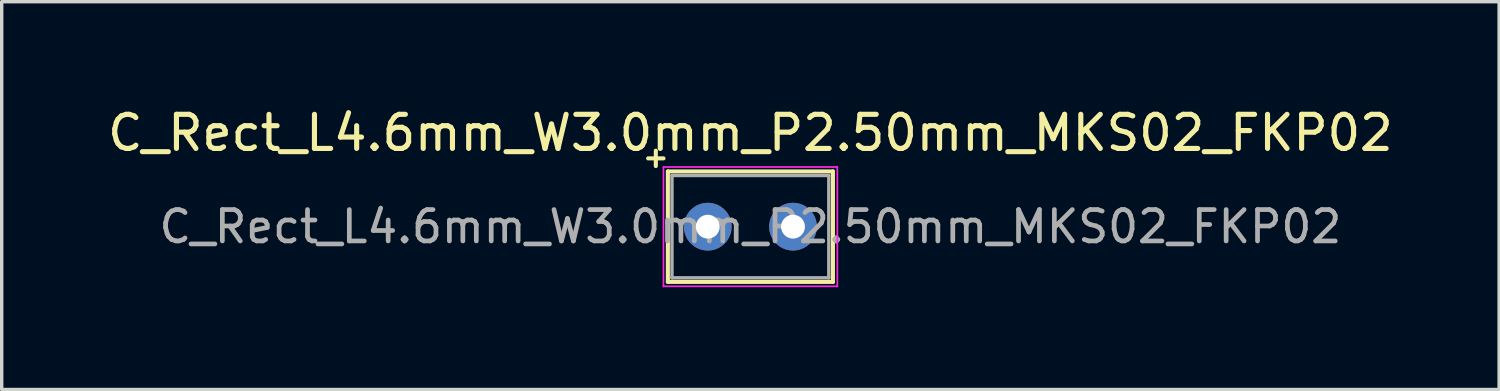
<source format=kicad_pcb>
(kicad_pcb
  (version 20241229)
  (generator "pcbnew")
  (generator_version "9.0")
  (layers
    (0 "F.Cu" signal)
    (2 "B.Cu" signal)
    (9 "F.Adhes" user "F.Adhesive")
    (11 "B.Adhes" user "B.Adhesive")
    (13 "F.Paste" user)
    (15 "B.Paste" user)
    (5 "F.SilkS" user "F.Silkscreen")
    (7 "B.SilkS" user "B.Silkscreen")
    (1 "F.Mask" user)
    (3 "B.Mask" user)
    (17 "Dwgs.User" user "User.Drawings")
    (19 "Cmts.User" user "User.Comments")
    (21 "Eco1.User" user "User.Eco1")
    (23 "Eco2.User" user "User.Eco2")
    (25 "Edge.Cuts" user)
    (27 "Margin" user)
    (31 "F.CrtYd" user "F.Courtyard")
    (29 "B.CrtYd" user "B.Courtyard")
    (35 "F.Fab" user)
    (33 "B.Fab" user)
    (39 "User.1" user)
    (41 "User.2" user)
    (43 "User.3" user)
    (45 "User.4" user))
  (footprint "C_Rect_L4.6mm_W3.0mm_P2.50mm_MKS02_FKP02"
    (layer "F.Cu")
    (at 17.708 3.598)
    (property "Reference" "C_Rect_L4.6mm_W3.0mm_P2.50mm_MKS02_FKP02" (at 1.25 -2.75 0) (layer "F.SilkS") (effects (font (size 1 1) (thickness 0.15))))
    (attr through_hole)
    (fp_line (start -1.749 -2.003) (end -1.299 -2.003) (stroke (width 0.12) (type solid)) (layer "F.SilkS"))
    (fp_line (start -1.524 -2.228) (end -1.524 -1.778) (stroke (width 0.12) (type solid)) (layer "F.SilkS"))
    (fp_line (start -1.17 -1.62) (end -1.17 1.62) (stroke (width 0.12) (type solid)) (layer "F.SilkS"))
    (fp_line (start -1.17 -1.62) (end 3.67 -1.62) (stroke (width 0.12) (type solid)) (layer "F.SilkS"))
    (fp_line (start -1.17 1.62) (end 3.67 1.62) (stroke (width 0.12) (type solid)) (layer "F.SilkS"))
    (fp_line (start 3.67 -1.62) (end 3.67 1.62) (stroke (width 0.12) (type solid)) (layer "F.SilkS"))
    (fp_line (start -1.3 -1.75) (end -1.3 1.75) (stroke (width 0.05) (type solid)) (layer "F.CrtYd"))
    (fp_line (start -1.3 1.75) (end 3.8 1.75) (stroke (width 0.05) (type solid)) (layer "F.CrtYd"))
    (fp_line (start 3.8 -1.75) (end -1.3 -1.75) (stroke (width 0.05) (type solid)) (layer "F.CrtYd"))
    (fp_line (start 3.8 1.75) (end 3.8 -1.75) (stroke (width 0.05) (type solid)) (layer "F.CrtYd"))
    (fp_line (start -1.05 -1.5) (end -1.05 1.5) (stroke (width 0.1) (type solid)) (layer "F.Fab"))
    (fp_line (start -1.05 1.5) (end 3.55 1.5) (stroke (width 0.1) (type solid)) (layer "F.Fab"))
    (fp_line (start 3.55 -1.5) (end -1.05 -1.5) (stroke (width 0.1) (type solid)) (layer "F.Fab"))
    (fp_line (start 3.55 1.5) (end 3.55 -1.5) (stroke (width 0.1) (type solid)) (layer "F.Fab"))
    (fp_text user "${REFERENCE}" (at 1.25 0 0) (layer "F.Fab") (effects (font (size 0.92 0.92) (thickness 0.138))))
    (pad "1" thru_hole circle (at 0 0) (size 1.4 1.4) (drill 0.7) (layers "*.Cu" "*.Mask"))
    (pad "2" thru_hole circle (at 2.5 0) (size 1.4 1.4) (drill 0.7) (layers "*.Cu" "*.Mask")))
  (gr_rect
    (start -3 -3)
    (end 40.917 8.373)
    (stroke (width 0.1) (type default))
    (fill no)
    (layer "Edge.Cuts")))
</source>
